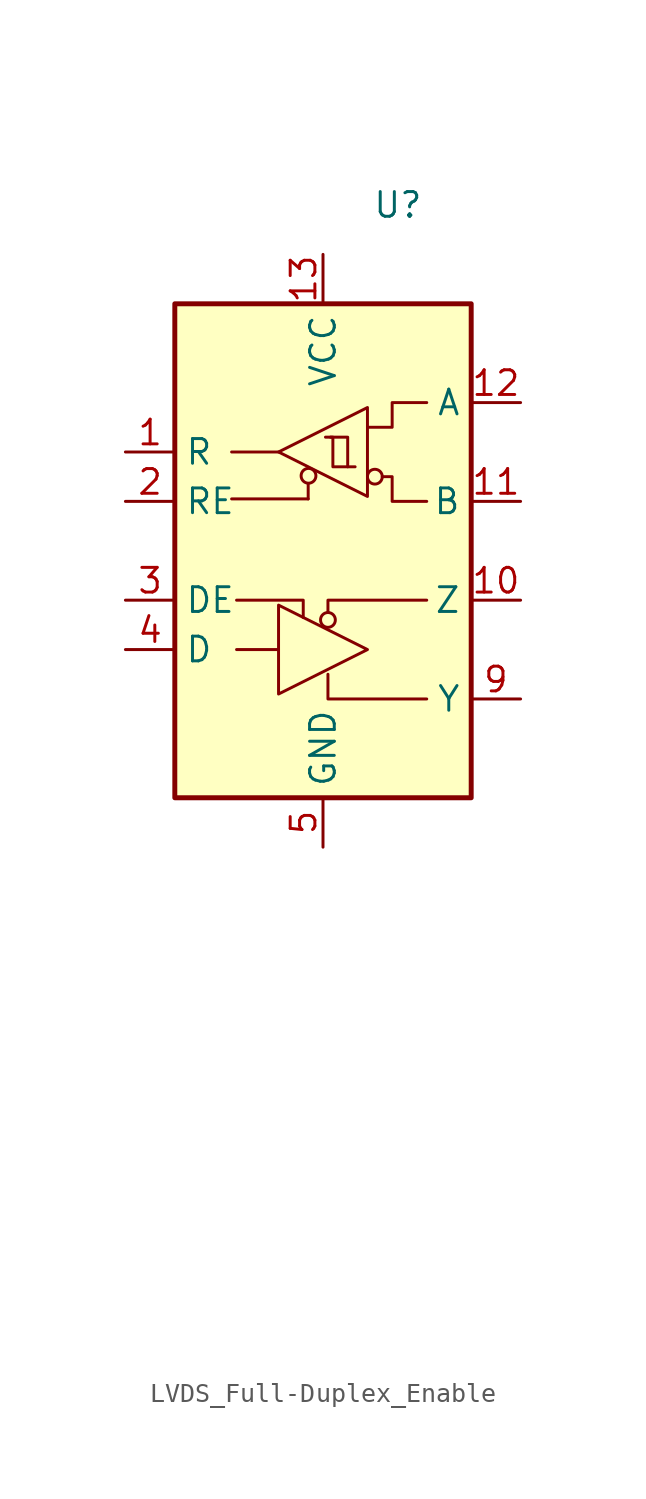
<source format=kicad_sym>
(kicad_symbol_lib
  (version 20220914)
  (generator kicad_symbol_editor)
  (symbol "LVDS_Full-Duplex_Enable"
    (property "Reference" "U"
      (at 2.54 17.78 0)
      (effects (font (size 1.27 1.27)) (justify left)))
    (property "Value" ""
      (at 2.54 15.24 0)
      (effects (font (size 1.27 1.27)) (justify left)))
    (symbol "LVDS_Full-Duplex_Enable_0_1"
      (rectangle (start -7.62 12.7) (end 7.62 -12.7) (stroke (width 0.254) (type default)) (fill (type background)))
      (circle (center -0.745 3.855) (radius 0.381) (stroke (width 0) (type default)) (fill (type none)))
      (polyline (pts (xy -4.445 -5.08) (xy -2.286 -5.08)) (stroke (width 0) (type default)) (fill (type none)))
      (polyline (pts (xy -2.286 5.08) (xy -4.699 5.08)) (stroke (width 0) (type default)) (fill (type none)))
      (polyline (pts (xy -0.762 2.667) (xy -4.699 2.667)) (stroke (width 0) (type default)) (fill (type none)))
      (polyline (pts (xy -0.762 3.429) (xy -0.762 2.667)) (stroke (width 0) (type default)) (fill (type none)))
      (polyline (pts (xy -1.016 -3.429) (xy -1.016 -2.54) (xy -4.445 -2.54)) (stroke (width 0) (type default)) (fill (type none)))
      (polyline (pts (xy 1.27 4.318) (xy 1.27 5.842) (xy 0.381 5.842)) (stroke (width 0) (type default)) (fill (type none)))
      (polyline (pts (xy 5.334 -7.62) (xy 0.254 -7.62) (xy 0.254 -6.35)) (stroke (width 0) (type default)) (fill (type none)))
      (polyline (pts (xy 5.334 -2.54) (xy 0.254 -2.54) (xy 0.254 -3.175)) (stroke (width 0) (type default)) (fill (type none)))
      (polyline (pts (xy -2.286 -2.794) (xy -2.286 -7.366) (xy 2.286 -5.08) (xy -2.286 -2.794)) (stroke (width 0) (type default)) (fill (type none)))
      (polyline (pts (xy 2.286 6.35) (xy 3.556 6.35) (xy 3.556 7.62) (xy 5.334 7.62)) (stroke (width 0) (type default)) (fill (type none)))
      (polyline (pts (xy 2.286 7.366) (xy 2.286 2.794) (xy -2.286 5.08) (xy 2.286 7.366)) (stroke (width 0) (type default)) (fill (type none)))
      (polyline (pts (xy 3.048 3.81) (xy 3.556 3.81) (xy 3.556 2.54) (xy 5.334 2.54)) (stroke (width 0) (type default)) (fill (type none)))
      (polyline (pts (xy 1.651 4.318) (xy 0.635 4.318) (xy 0.508 4.318) (xy 0.508 5.842) (xy 0.127 5.842)) (stroke (width 0) (type default)) (fill (type none)))
      (circle (center 0.254 -3.556) (radius 0.381) (stroke (width 0) (type default)) (fill (type none)))
      (circle (center 2.667 3.81) (radius 0.381) (stroke (width 0) (type default)) (fill (type none))))
    (symbol "LVDS_Full-Duplex_Enable_1_1"
      (pin output line (at -10.16 5.08 0) (length 2.54) (name "R" (effects (font (size 1.27 1.27)))) (number "1" (effects (font (size 1.27 1.27)))))
      (pin output line (at 10.16 -2.54 180) (length 2.54) (name "Z" (effects (font (size 1.27 1.27)))) (number "10" (effects (font (size 1.27 1.27)))))
      (pin input line (at 10.16 2.54 180) (length 2.54) (name "B" (effects (font (size 1.27 1.27)))) (number "11" (effects (font (size 1.27 1.27)))))
      (pin input line (at 10.16 7.62 180) (length 2.54) (name "A" (effects (font (size 1.27 1.27)))) (number "12" (effects (font (size 1.27 1.27)))))
      (pin power_in line (at 0 15.24 270) (length 2.54) (name "VCC" (effects (font (size 1.27 1.27)))) (number "13" (effects (font (size 1.27 1.27)))))
      (pin passive line (at 0 15.24 270) (length 2.54) hide (name "VCC" (effects (font (size 1.27 1.27)))) (number "14" (effects (font (size 1.27 1.27)))))
      (pin no_connect line (at 0 -34.29 0) (length 2.54) hide (name "" (effects (font (size 1.27 1.27)))) (number "15" (effects (font (size 1.27 1.27)))))
      (pin no_connect line (at 0 -36.83 0) (length 2.54) hide (name "" (effects (font (size 1.27 1.27)))) (number "16" (effects (font (size 1.27 1.27)))))
      (pin passive line (at 0 -15.24 90) (length 2.54) hide (name "GND" (effects (font (size 1.27 1.27)))) (number "17" (effects (font (size 1.27 1.27)))))
      (pin input line (at -10.16 2.54 0) (length 2.54) (name "RE" (effects (font (size 1.27 1.27)))) (number "2" (effects (font (size 1.27 1.27)))))
      (pin input line (at -10.16 -2.54 0) (length 2.54) (name "DE" (effects (font (size 1.27 1.27)))) (number "3" (effects (font (size 1.27 1.27)))))
      (pin input line (at -10.16 -5.08 0) (length 2.54) (name "D" (effects (font (size 1.27 1.27)))) (number "4" (effects (font (size 1.27 1.27)))))
      (pin power_in line (at 0 -15.24 90) (length 2.54) (name "GND" (effects (font (size 1.27 1.27)))) (number "5" (effects (font (size 1.27 1.27)))))
      (pin passive line (at 0 -15.24 90) (length 2.54) hide (name "GND" (effects (font (size 1.27 1.27)))) (number "6" (effects (font (size 1.27 1.27)))))
      (pin no_connect line (at 0 -29.21 0) (length 2.54) hide (name "" (effects (font (size 1.27 1.27)))) (number "7" (effects (font (size 1.27 1.27)))))
      (pin no_connect line (at 0 -31.75 0) (length 2.54) hide (name "" (effects (font (size 1.27 1.27)))) (number "8" (effects (font (size 1.27 1.27)))))
      (pin output line (at 10.16 -7.62 180) (length 2.54) (name "Y" (effects (font (size 1.27 1.27)))) (number "9" (effects (font (size 1.27 1.27))))))))
</source>
